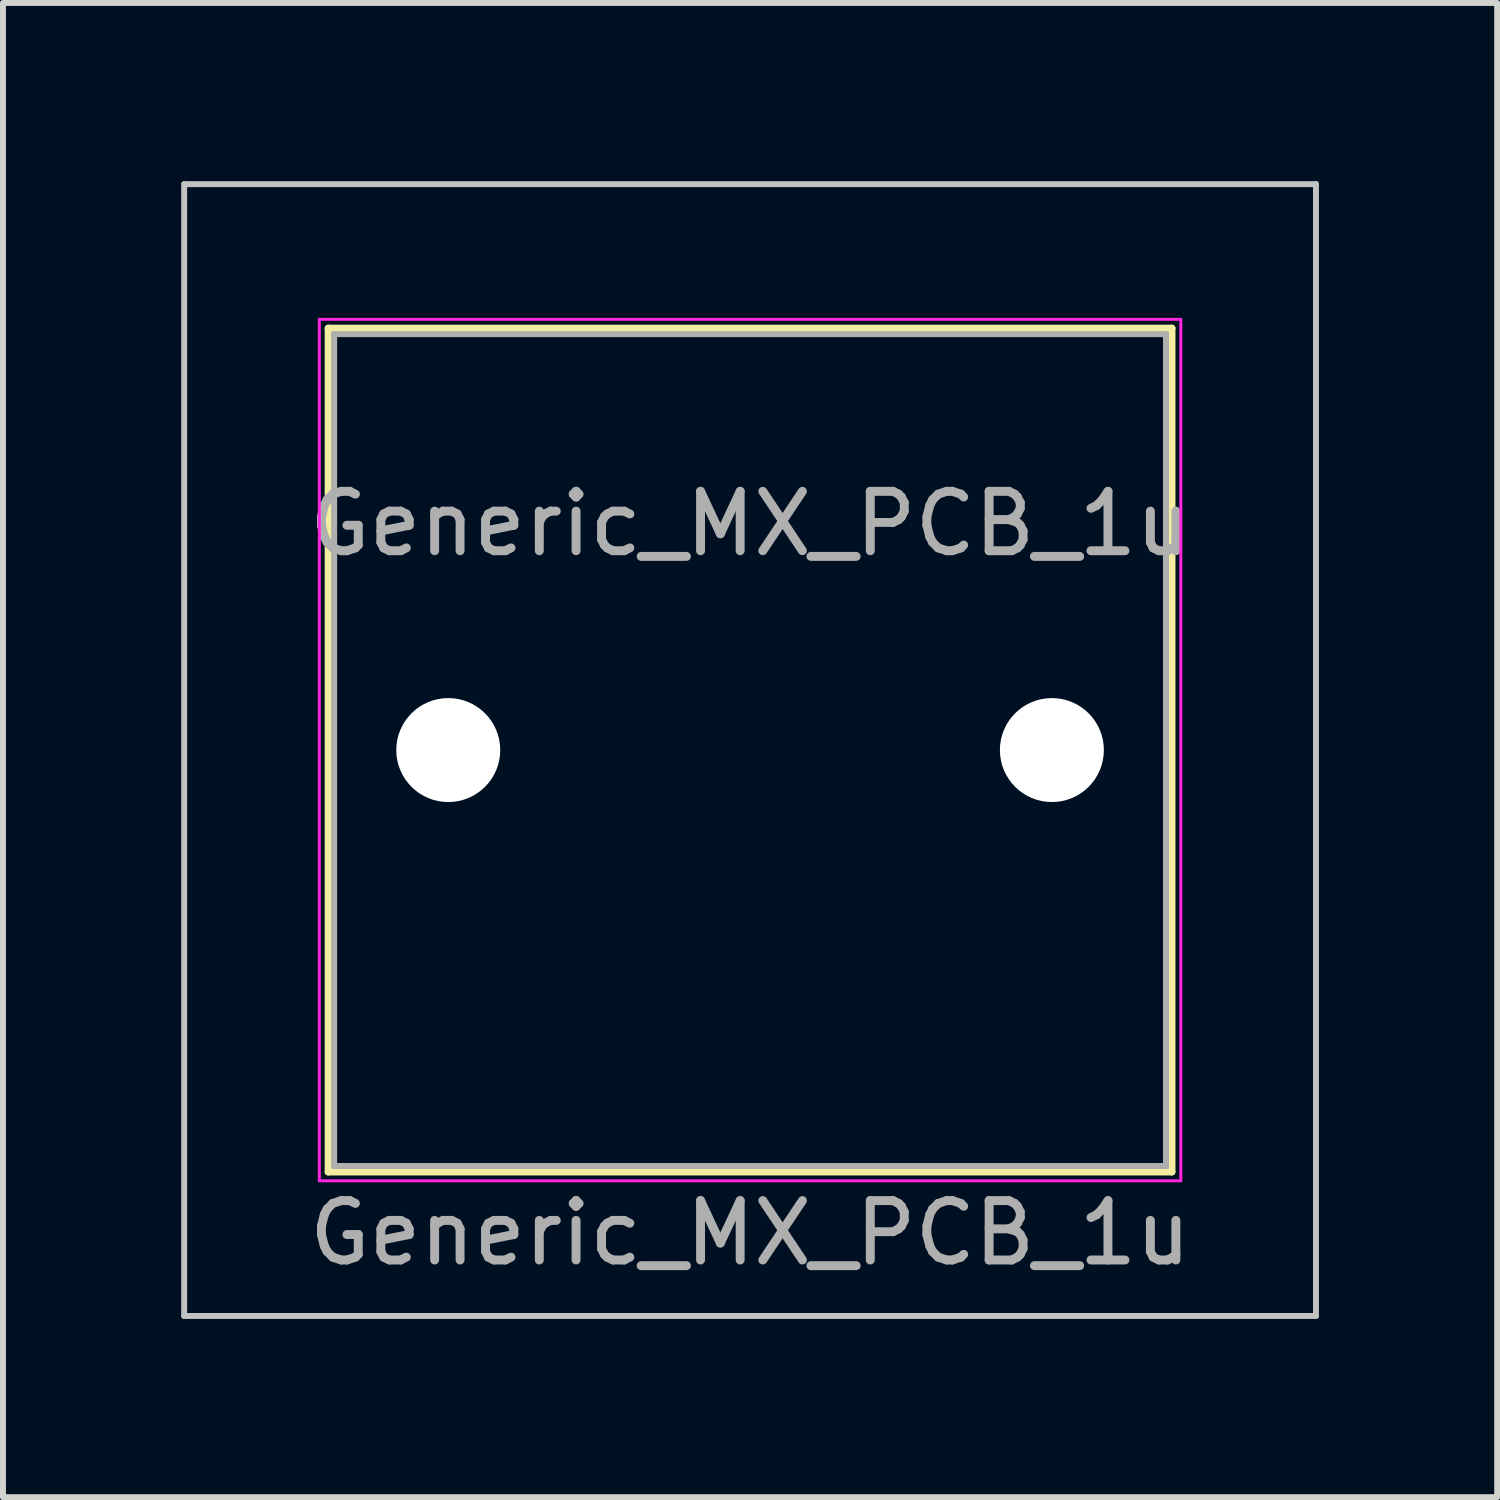
<source format=kicad_pcb>
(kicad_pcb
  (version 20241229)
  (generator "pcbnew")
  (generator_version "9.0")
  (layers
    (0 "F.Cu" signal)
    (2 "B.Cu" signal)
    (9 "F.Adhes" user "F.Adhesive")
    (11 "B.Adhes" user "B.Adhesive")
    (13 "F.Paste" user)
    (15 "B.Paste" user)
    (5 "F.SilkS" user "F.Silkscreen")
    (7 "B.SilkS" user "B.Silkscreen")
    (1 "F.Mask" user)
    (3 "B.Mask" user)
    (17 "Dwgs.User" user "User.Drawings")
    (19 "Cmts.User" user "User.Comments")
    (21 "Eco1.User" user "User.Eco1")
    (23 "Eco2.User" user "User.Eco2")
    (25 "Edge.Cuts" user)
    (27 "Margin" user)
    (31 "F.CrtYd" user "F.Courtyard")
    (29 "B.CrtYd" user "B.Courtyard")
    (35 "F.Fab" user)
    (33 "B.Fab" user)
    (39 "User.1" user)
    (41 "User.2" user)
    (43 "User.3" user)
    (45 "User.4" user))
  (footprint "Generic_MX_PCB_1u"
    (layer "F.Cu")
    (at 9.575 9.575)
    (property "Reference" "Generic_MX_PCB_1u" (at 0 8.128 0) (layer "F.Fab") (effects (font (size 1 1) (thickness 0.15))))
    (attr through_hole)
    (fp_line (start -7.1 -7.1) (end -7.1 7.1) (stroke (width 0.12) (type solid)) (layer "F.SilkS"))
    (fp_line (start -7.1 7.1) (end 7.1 7.1) (stroke (width 0.12) (type solid)) (layer "F.SilkS"))
    (fp_line (start 7.1 -7.1) (end -7.1 -7.1) (stroke (width 0.12) (type solid)) (layer "F.SilkS"))
    (fp_line (start 7.1 7.1) (end 7.1 -7.1) (stroke (width 0.12) (type solid)) (layer "F.SilkS"))
    (fp_line (start -9.525 -9.525) (end -9.525 9.525) (stroke (width 0.1) (type solid)) (layer "Dwgs.User"))
    (fp_line (start -9.525 9.525) (end 9.525 9.525) (stroke (width 0.1) (type solid)) (layer "Dwgs.User"))
    (fp_line (start 9.525 -9.525) (end -9.525 -9.525) (stroke (width 0.1) (type solid)) (layer "Dwgs.User"))
    (fp_line (start 9.525 9.525) (end 9.525 -9.525) (stroke (width 0.1) (type solid)) (layer "Dwgs.User"))
    (fp_line (start -7 -7) (end -7 7) (stroke (width 0.1) (type solid)) (layer "Eco1.User"))
    (fp_line (start -7 7) (end 7 7) (stroke (width 0.1) (type solid)) (layer "Eco1.User"))
    (fp_line (start 7 -7) (end -7 -7) (stroke (width 0.1) (type solid)) (layer "Eco1.User"))
    (fp_line (start 7 7) (end 7 -7) (stroke (width 0.1) (type solid)) (layer "Eco1.User"))
    (fp_line (start -7.25 -7.25) (end -7.25 7.25) (stroke (width 0.05) (type solid)) (layer "F.CrtYd"))
    (fp_line (start -7.25 7.25) (end 7.25 7.25) (stroke (width 0.05) (type solid)) (layer "F.CrtYd"))
    (fp_line (start 7.25 -7.25) (end -7.25 -7.25) (stroke (width 0.05) (type solid)) (layer "F.CrtYd"))
    (fp_line (start 7.25 7.25) (end 7.25 -7.25) (stroke (width 0.05) (type solid)) (layer "F.CrtYd"))
    (fp_line (start -7 -7) (end -7 7) (stroke (width 0.1) (type solid)) (layer "F.Fab"))
    (fp_line (start -7 7) (end 7 7) (stroke (width 0.1) (type solid)) (layer "F.Fab"))
    (fp_line (start 7 -7) (end -7 -7) (stroke (width 0.1) (type solid)) (layer "F.Fab"))
    (fp_line (start 7 7) (end 7 -7) (stroke (width 0.1) (type solid)) (layer "F.Fab"))
    (fp_text user "${REFERENCE}" (at 0 -3.81 0) (layer "F.Fab") (effects (font (size 1 1) (thickness 0.15))))
    (pad "" np_thru_hole circle (at -5.08 0) (size 1.75 1.75) (drill 1.75) (layers "*.Cu" "*.Mask"))
    (pad "" np_thru_hole circle (at 5.08 0) (size 1.75 1.75) (drill 1.75) (layers "*.Cu" "*.Mask")))
  (gr_rect
    (start -3 -3)
    (end 22.15 22.15)
    (stroke (width 0.1) (type default))
    (fill no)
    (layer "Edge.Cuts")))
</source>
